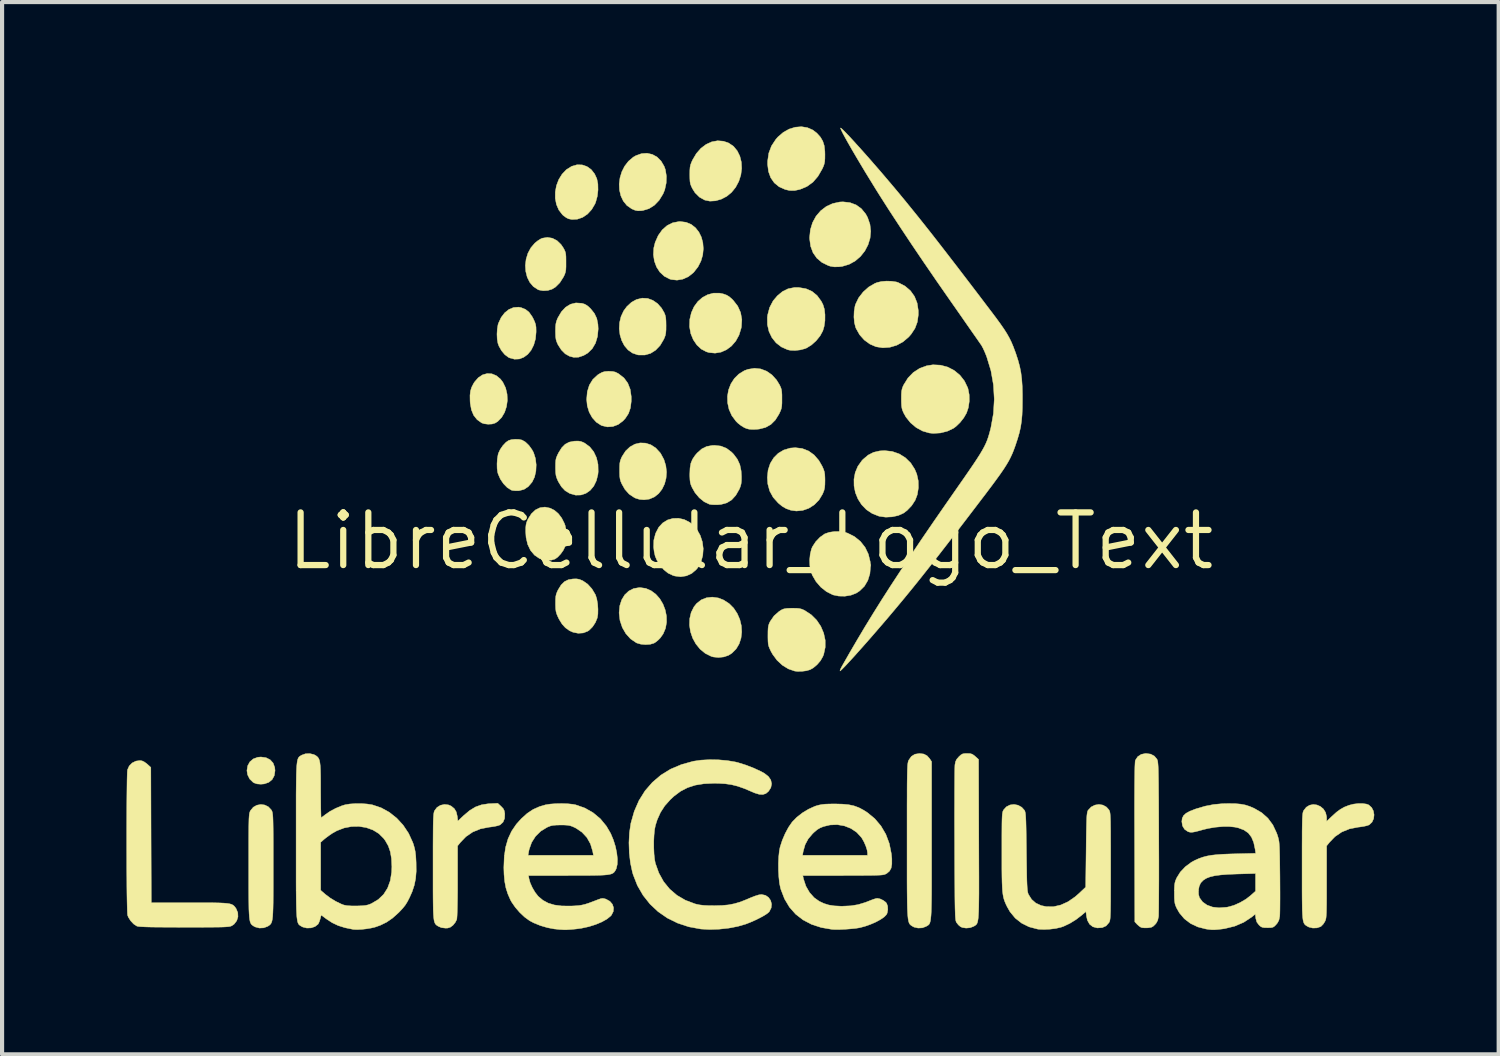
<source format=kicad_pcb>
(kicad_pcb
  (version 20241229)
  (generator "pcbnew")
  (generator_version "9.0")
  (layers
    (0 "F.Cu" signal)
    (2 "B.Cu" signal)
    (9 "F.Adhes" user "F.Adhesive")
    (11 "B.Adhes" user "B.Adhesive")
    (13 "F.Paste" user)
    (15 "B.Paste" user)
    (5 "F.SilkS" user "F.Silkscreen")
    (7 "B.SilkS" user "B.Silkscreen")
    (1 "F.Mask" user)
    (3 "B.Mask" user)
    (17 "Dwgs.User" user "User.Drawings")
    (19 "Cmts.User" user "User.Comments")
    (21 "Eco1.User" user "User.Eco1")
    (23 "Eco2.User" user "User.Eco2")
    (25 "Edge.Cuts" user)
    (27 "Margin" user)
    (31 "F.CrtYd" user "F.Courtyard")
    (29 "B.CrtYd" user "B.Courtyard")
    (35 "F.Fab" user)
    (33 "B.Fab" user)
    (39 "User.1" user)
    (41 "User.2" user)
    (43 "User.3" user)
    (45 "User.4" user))
  (footprint "LibreCellular_Logo_Text"
    (layer "F.Cu")
    (at 15.054 9.996)
    (property "Reference" "LibreCellular_Logo_Text" (at 0 0 0) (layer "F.SilkS") (effects (font (size 1.27 1.27) (thickness 0.15))))
    (attr through_hole)
    (fp_poly (pts (xy -11.689 5.224) (xy -11.59 5.274) (xy -11.519 5.352) (xy -11.48 5.457) (xy -11.472 5.535) (xy -11.49 5.655) (xy -11.541 5.75) (xy -11.623 5.818) (xy -11.732 5.856) (xy -11.813 5.863) (xy -11.906 5.856) (xy -11.976 5.832) (xy -12.004 5.815) (xy -12.083 5.738) (xy -12.134 5.636) (xy -12.15 5.535) (xy -12.131 5.418) (xy -12.078 5.322) (xy -11.996 5.253) (xy -11.889 5.214) (xy -11.813 5.207) (xy -11.689 5.224)) (stroke (width 0.01) (type solid)) (fill yes) (layer "F.SilkS"))
    (fp_poly (pts (xy -6.243 -4.032) (xy -6.134 -3.987) (xy -6.036 -3.905) (xy -5.978 -3.828) (xy -5.912 -3.692) (xy -5.877 -3.543) (xy -5.87 -3.391) (xy -5.891 -3.241) (xy -5.937 -3.102) (xy -6.008 -2.981) (xy -6.101 -2.885) (xy -6.164 -2.845) (xy -6.239 -2.822) (xy -6.334 -2.817) (xy -6.427 -2.828) (xy -6.488 -2.848) (xy -6.599 -2.927) (xy -6.682 -3.031) (xy -6.737 -3.164) (xy -6.766 -3.328) (xy -6.769 -3.379) (xy -6.771 -3.512) (xy -6.759 -3.618) (xy -6.731 -3.709) (xy -6.684 -3.8) (xy -6.663 -3.833) (xy -6.571 -3.939) (xy -6.467 -4.008) (xy -6.355 -4.039) (xy -6.243 -4.032)) (stroke (width 0.01) (type solid)) (fill yes) (layer "F.SilkS"))
    (fp_poly (pts (xy -4.066 -9.07) (xy -3.951 -9.031) (xy -3.848 -8.957) (xy -3.765 -8.851) (xy -3.712 -8.735) (xy -3.687 -8.61) (xy -3.684 -8.465) (xy -3.701 -8.315) (xy -3.739 -8.176) (xy -3.756 -8.132) (xy -3.837 -7.994) (xy -3.938 -7.884) (xy -4.055 -7.805) (xy -4.182 -7.761) (xy -4.313 -7.754) (xy -4.394 -7.77) (xy -4.447 -7.796) (xy -4.51 -7.841) (xy -4.54 -7.867) (xy -4.629 -7.982) (xy -4.687 -8.117) (xy -4.715 -8.265) (xy -4.714 -8.418) (xy -4.686 -8.571) (xy -4.631 -8.716) (xy -4.551 -8.846) (xy -4.448 -8.955) (xy -4.322 -9.034) (xy -4.318 -9.036) (xy -4.191 -9.073) (xy -4.066 -9.07)) (stroke (width 0.01) (type solid)) (fill yes) (layer "F.SilkS"))
    (fp_poly (pts (xy -1.56 -7.686) (xy -1.437 -7.635) (xy -1.334 -7.554) (xy -1.252 -7.45) (xy -1.192 -7.328) (xy -1.156 -7.192) (xy -1.145 -7.047) (xy -1.159 -6.899) (xy -1.202 -6.752) (xy -1.273 -6.612) (xy -1.374 -6.483) (xy -1.386 -6.47) (xy -1.506 -6.375) (xy -1.64 -6.315) (xy -1.779 -6.291) (xy -1.916 -6.306) (xy -1.957 -6.318) (xy -2.086 -6.385) (xy -2.192 -6.484) (xy -2.272 -6.607) (xy -2.325 -6.75) (xy -2.348 -6.905) (xy -2.339 -7.068) (xy -2.306 -7.201) (xy -2.232 -7.368) (xy -2.135 -7.504) (xy -2.018 -7.607) (xy -1.884 -7.674) (xy -1.735 -7.703) (xy -1.701 -7.704) (xy -1.56 -7.686)) (stroke (width 0.01) (type solid)) (fill yes) (layer "F.SilkS"))
    (fp_poly (pts (xy -0.782 1.373) (xy -0.66 1.42) (xy -0.524 1.507) (xy -0.412 1.619) (xy -0.326 1.75) (xy -0.264 1.893) (xy -0.228 2.043) (xy -0.219 2.195) (xy -0.236 2.342) (xy -0.281 2.48) (xy -0.354 2.602) (xy -0.455 2.703) (xy -0.538 2.756) (xy -0.65 2.794) (xy -0.779 2.808) (xy -0.904 2.795) (xy -0.953 2.781) (xy -1.098 2.709) (xy -1.222 2.607) (xy -1.324 2.482) (xy -1.402 2.34) (xy -1.454 2.187) (xy -1.478 2.029) (xy -1.473 1.872) (xy -1.438 1.722) (xy -1.37 1.586) (xy -1.306 1.506) (xy -1.196 1.419) (xy -1.068 1.368) (xy -0.928 1.352) (xy -0.782 1.373)) (stroke (width 0.01) (type solid)) (fill yes) (layer "F.SilkS"))
    (fp_poly (pts (xy -2.373 -9.322) (xy -2.259 -9.259) (xy -2.163 -9.162) (xy -2.089 -9.036) (xy -2.06 -8.956) (xy -2.035 -8.8) (xy -2.04 -8.633) (xy -2.075 -8.47) (xy -2.115 -8.372) (xy -2.21 -8.217) (xy -2.324 -8.098) (xy -2.455 -8.015) (xy -2.6 -7.971) (xy -2.644 -7.965) (xy -2.724 -7.963) (xy -2.79 -7.976) (xy -2.864 -8.007) (xy -2.875 -8.013) (xy -2.988 -8.092) (xy -3.074 -8.198) (xy -3.133 -8.323) (xy -3.166 -8.462) (xy -3.173 -8.609) (xy -3.154 -8.759) (xy -3.11 -8.904) (xy -3.042 -9.039) (xy -2.95 -9.158) (xy -2.835 -9.256) (xy -2.771 -9.293) (xy -2.634 -9.342) (xy -2.5 -9.351) (xy -2.373 -9.322)) (stroke (width 0.01) (type solid)) (fill yes) (layer "F.SilkS"))
    (fp_poly (pts (xy -1.605 -0.518) (xy -1.475 -0.452) (xy -1.413 -0.404) (xy -1.302 -0.281) (xy -1.22 -0.137) (xy -1.168 0.02) (xy -1.147 0.184) (xy -1.158 0.346) (xy -1.2 0.5) (xy -1.276 0.639) (xy -1.313 0.685) (xy -1.423 0.78) (xy -1.551 0.839) (xy -1.69 0.861) (xy -1.833 0.843) (xy -1.876 0.83) (xy -1.995 0.774) (xy -2.097 0.692) (xy -2.192 0.577) (xy -2.206 0.558) (xy -2.266 0.459) (xy -2.306 0.364) (xy -2.33 0.257) (xy -2.343 0.147) (xy -2.338 -0.023) (xy -2.295 -0.187) (xy -2.22 -0.332) (xy -2.124 -0.436) (xy -2.008 -0.508) (xy -1.879 -0.545) (xy -1.742 -0.549) (xy -1.605 -0.518)) (stroke (width 0.01) (type solid)) (fill yes) (layer "F.SilkS"))
    (fp_poly (pts (xy -3.332 -4.089) (xy -3.266 -4.074) (xy -3.2 -4.041) (xy -3.183 -4.03) (xy -3.057 -3.931) (xy -2.966 -3.807) (xy -2.908 -3.658) (xy -2.883 -3.484) (xy -2.883 -3.368) (xy -2.903 -3.208) (xy -2.949 -3.075) (xy -3.024 -2.96) (xy -3.083 -2.896) (xy -3.198 -2.81) (xy -3.325 -2.762) (xy -3.457 -2.752) (xy -3.587 -2.782) (xy -3.609 -2.791) (xy -3.726 -2.867) (xy -3.823 -2.975) (xy -3.897 -3.108) (xy -3.943 -3.26) (xy -3.958 -3.415) (xy -3.942 -3.602) (xy -3.892 -3.762) (xy -3.809 -3.897) (xy -3.693 -4.005) (xy -3.654 -4.03) (xy -3.585 -4.068) (xy -3.521 -4.087) (xy -3.441 -4.093) (xy -3.418 -4.093) (xy -3.332 -4.089)) (stroke (width 0.01) (type solid)) (fill yes) (layer "F.SilkS"))
    (fp_poly (pts (xy -2.532 1.142) (xy -2.404 1.198) (xy -2.29 1.283) (xy -2.194 1.392) (xy -2.118 1.52) (xy -2.064 1.661) (xy -2.034 1.808) (xy -2.031 1.957) (xy -2.056 2.103) (xy -2.113 2.238) (xy -2.183 2.337) (xy -2.242 2.396) (xy -2.305 2.445) (xy -2.336 2.463) (xy -2.427 2.49) (xy -2.538 2.497) (xy -2.651 2.487) (xy -2.748 2.459) (xy -2.762 2.452) (xy -2.899 2.359) (xy -3.012 2.234) (xy -3.098 2.085) (xy -3.154 1.917) (xy -3.175 1.738) (xy -3.175 1.724) (xy -3.159 1.56) (xy -3.113 1.417) (xy -3.04 1.297) (xy -2.943 1.206) (xy -2.826 1.146) (xy -2.692 1.123) (xy -2.673 1.122) (xy -2.532 1.142)) (stroke (width 0.01) (type solid)) (fill yes) (layer "F.SilkS"))
    (fp_poly (pts (xy -0.664 -5.959) (xy -0.588 -5.932) (xy -0.524 -5.895) (xy -0.457 -5.838) (xy -0.422 -5.802) (xy -0.315 -5.664) (xy -0.246 -5.51) (xy -0.216 -5.341) (xy -0.227 -5.163) (xy -0.233 -5.132) (xy -0.284 -4.966) (xy -0.363 -4.822) (xy -0.465 -4.704) (xy -0.585 -4.614) (xy -0.718 -4.555) (xy -0.861 -4.531) (xy -1.007 -4.545) (xy -1.071 -4.564) (xy -1.195 -4.629) (xy -1.301 -4.728) (xy -1.387 -4.855) (xy -1.447 -5.001) (xy -1.476 -5.161) (xy -1.477 -5.172) (xy -1.471 -5.347) (xy -1.433 -5.507) (xy -1.368 -5.651) (xy -1.278 -5.774) (xy -1.168 -5.871) (xy -1.041 -5.94) (xy -0.903 -5.977) (xy -0.755 -5.978) (xy -0.664 -5.959)) (stroke (width 0.01) (type solid)) (fill yes) (layer "F.SilkS"))
    (fp_poly (pts (xy 2.392 -8.16) (xy 2.54 -8.105) (xy 2.666 -8.014) (xy 2.77 -7.887) (xy 2.816 -7.803) (xy 2.873 -7.638) (xy 2.892 -7.47) (xy 2.876 -7.303) (xy 2.827 -7.143) (xy 2.749 -6.994) (xy 2.645 -6.863) (xy 2.517 -6.753) (xy 2.37 -6.672) (xy 2.206 -6.623) (xy 2.124 -6.613) (xy 2.013 -6.611) (xy 1.92 -6.626) (xy 1.87 -6.642) (xy 1.716 -6.717) (xy 1.593 -6.821) (xy 1.501 -6.952) (xy 1.443 -7.108) (xy 1.419 -7.286) (xy 1.418 -7.32) (xy 1.437 -7.508) (xy 1.49 -7.68) (xy 1.574 -7.834) (xy 1.685 -7.964) (xy 1.82 -8.067) (xy 1.974 -8.138) (xy 2.144 -8.175) (xy 2.223 -8.179) (xy 2.392 -8.16)) (stroke (width 0.01) (type solid)) (fill yes) (layer "F.SilkS"))
    (fp_poly (pts (xy -5.539 -5.629) (xy -5.434 -5.587) (xy -5.348 -5.518) (xy -5.275 -5.416) (xy -5.245 -5.361) (xy -5.21 -5.284) (xy -5.189 -5.222) (xy -5.179 -5.158) (xy -5.177 -5.073) (xy -5.177 -5.038) (xy -5.192 -4.874) (xy -5.234 -4.727) (xy -5.297 -4.602) (xy -5.379 -4.502) (xy -5.476 -4.431) (xy -5.583 -4.39) (xy -5.698 -4.385) (xy -5.817 -4.417) (xy -5.844 -4.43) (xy -5.931 -4.495) (xy -6.01 -4.589) (xy -6.072 -4.698) (xy -6.098 -4.769) (xy -6.115 -4.87) (xy -6.12 -4.989) (xy -6.113 -5.11) (xy -6.096 -5.215) (xy -6.086 -5.249) (xy -6.02 -5.391) (xy -5.934 -5.504) (xy -5.832 -5.585) (xy -5.72 -5.631) (xy -5.6 -5.64) (xy -5.539 -5.629)) (stroke (width 0.01) (type solid)) (fill yes) (layer "F.SilkS"))
    (fp_poly (pts (xy -4.838 -0.793) (xy -4.736 -0.742) (xy -4.643 -0.663) (xy -4.56 -0.554) (xy -4.496 -0.428) (xy -4.476 -0.373) (xy -4.455 -0.262) (xy -4.446 -0.134) (xy -4.452 -0.005) (xy -4.47 0.105) (xy -4.478 0.131) (xy -4.521 0.222) (xy -4.586 0.313) (xy -4.659 0.39) (xy -4.721 0.434) (xy -4.806 0.46) (xy -4.911 0.464) (xy -5.017 0.449) (xy -5.096 0.421) (xy -5.217 0.338) (xy -5.312 0.224) (xy -5.38 0.081) (xy -5.419 -0.087) (xy -5.428 -0.222) (xy -5.427 -0.321) (xy -5.42 -0.392) (xy -5.406 -0.451) (xy -5.38 -0.513) (xy -5.37 -0.533) (xy -5.289 -0.66) (xy -5.192 -0.751) (xy -5.082 -0.804) (xy -4.963 -0.819) (xy -4.838 -0.793)) (stroke (width 0.01) (type solid)) (fill yes) (layer "F.SilkS"))
    (fp_poly (pts (xy 1.331 -6.084) (xy 1.476 -6.02) (xy 1.598 -5.92) (xy 1.698 -5.784) (xy 1.74 -5.703) (xy 1.774 -5.592) (xy 1.789 -5.458) (xy 1.788 -5.314) (xy 1.768 -5.175) (xy 1.737 -5.069) (xy 1.671 -4.947) (xy 1.576 -4.83) (xy 1.464 -4.729) (xy 1.345 -4.655) (xy 1.306 -4.639) (xy 1.192 -4.609) (xy 1.067 -4.595) (xy 0.95 -4.6) (xy 0.889 -4.613) (xy 0.738 -4.68) (xy 0.61 -4.779) (xy 0.51 -4.904) (xy 0.439 -5.052) (xy 0.401 -5.216) (xy 0.399 -5.392) (xy 0.406 -5.45) (xy 0.454 -5.631) (xy 0.538 -5.792) (xy 0.64 -5.913) (xy 0.765 -6.017) (xy 0.897 -6.082) (xy 1.045 -6.112) (xy 1.165 -6.112) (xy 1.331 -6.084)) (stroke (width 0.01) (type solid)) (fill yes) (layer "F.SilkS"))
    (fp_poly (pts (xy 3.41 -2.16) (xy 3.578 -2.102) (xy 3.727 -2.009) (xy 3.854 -1.885) (xy 3.953 -1.732) (xy 4.003 -1.612) (xy 4.038 -1.451) (xy 4.041 -1.282) (xy 4.015 -1.119) (xy 3.964 -0.984) (xy 3.878 -0.852) (xy 3.768 -0.737) (xy 3.681 -0.672) (xy 3.556 -0.616) (xy 3.409 -0.584) (xy 3.254 -0.576) (xy 3.106 -0.596) (xy 3.089 -0.6) (xy 2.927 -0.664) (xy 2.787 -0.758) (xy 2.672 -0.877) (xy 2.584 -1.015) (xy 2.522 -1.167) (xy 2.49 -1.328) (xy 2.488 -1.491) (xy 2.518 -1.651) (xy 2.582 -1.803) (xy 2.681 -1.942) (xy 2.708 -1.97) (xy 2.83 -2.073) (xy 2.96 -2.139) (xy 3.107 -2.173) (xy 3.228 -2.18) (xy 3.41 -2.16)) (stroke (width 0.01) (type solid)) (fill yes) (layer "F.SilkS"))
    (fp_poly (pts (xy -0.659 -9.641) (xy -0.533 -9.597) (xy -0.416 -9.517) (xy -0.327 -9.409) (xy -0.264 -9.281) (xy -0.228 -9.137) (xy -0.22 -8.984) (xy -0.24 -8.827) (xy -0.289 -8.674) (xy -0.366 -8.529) (xy -0.463 -8.409) (xy -0.579 -8.313) (xy -0.711 -8.244) (xy -0.85 -8.204) (xy -0.986 -8.196) (xy -1.109 -8.221) (xy -1.236 -8.291) (xy -1.343 -8.396) (xy -1.408 -8.499) (xy -1.437 -8.56) (xy -1.456 -8.613) (xy -1.466 -8.67) (xy -1.47 -8.746) (xy -1.471 -8.836) (xy -1.47 -8.938) (xy -1.465 -9.011) (xy -1.453 -9.071) (xy -1.431 -9.13) (xy -1.404 -9.19) (xy -1.313 -9.344) (xy -1.203 -9.47) (xy -1.078 -9.564) (xy -0.942 -9.626) (xy -0.801 -9.652) (xy -0.659 -9.641)) (stroke (width 0.01) (type solid)) (fill yes) (layer "F.SilkS"))
    (fp_poly (pts (xy -5.59 -2.451) (xy -5.516 -2.435) (xy -5.433 -2.386) (xy -5.35 -2.306) (xy -5.277 -2.205) (xy -5.238 -2.133) (xy -5.193 -1.992) (xy -5.175 -1.839) (xy -5.182 -1.685) (xy -5.215 -1.542) (xy -5.273 -1.422) (xy -5.276 -1.418) (xy -5.367 -1.312) (xy -5.469 -1.245) (xy -5.585 -1.215) (xy -5.604 -1.213) (xy -5.68 -1.213) (xy -5.746 -1.22) (xy -5.774 -1.228) (xy -5.871 -1.288) (xy -5.962 -1.381) (xy -6.039 -1.494) (xy -6.093 -1.618) (xy -6.105 -1.661) (xy -6.117 -1.751) (xy -6.119 -1.863) (xy -6.112 -1.979) (xy -6.095 -2.08) (xy -6.086 -2.116) (xy -6.042 -2.209) (xy -5.978 -2.302) (xy -5.904 -2.38) (xy -5.841 -2.424) (xy -5.772 -2.445) (xy -5.682 -2.454) (xy -5.59 -2.451)) (stroke (width 0.01) (type solid)) (fill yes) (layer "F.SilkS"))
    (fp_poly (pts (xy -2.538 -2.361) (xy -2.411 -2.321) (xy -2.292 -2.244) (xy -2.187 -2.13) (xy -2.172 -2.109) (xy -2.095 -1.966) (xy -2.049 -1.816) (xy -2.032 -1.664) (xy -2.043 -1.516) (xy -2.079 -1.377) (xy -2.14 -1.251) (xy -2.222 -1.145) (xy -2.324 -1.064) (xy -2.445 -1.012) (xy -2.573 -0.995) (xy -2.682 -1.004) (xy -2.779 -1.034) (xy -2.81 -1.049) (xy -2.933 -1.131) (xy -3.034 -1.244) (xy -3.109 -1.375) (xy -3.136 -1.437) (xy -3.152 -1.494) (xy -3.161 -1.561) (xy -3.164 -1.651) (xy -3.164 -1.704) (xy -3.163 -1.807) (xy -3.158 -1.88) (xy -3.146 -1.938) (xy -3.125 -1.994) (xy -3.105 -2.037) (xy -3.019 -2.171) (xy -2.914 -2.27) (xy -2.795 -2.336) (xy -2.668 -2.366) (xy -2.538 -2.361)) (stroke (width 0.01) (type solid)) (fill yes) (layer "F.SilkS"))
    (fp_poly (pts (xy -2.487 -5.85) (xy -2.362 -5.804) (xy -2.248 -5.725) (xy -2.151 -5.615) (xy -2.088 -5.506) (xy -2.065 -5.448) (xy -2.051 -5.386) (xy -2.045 -5.306) (xy -2.043 -5.197) (xy -2.043 -5.196) (xy -2.044 -5.092) (xy -2.05 -5.016) (xy -2.062 -4.956) (xy -2.084 -4.898) (xy -2.098 -4.866) (xy -2.186 -4.717) (xy -2.294 -4.603) (xy -2.417 -4.525) (xy -2.553 -4.486) (xy -2.701 -4.486) (xy -2.729 -4.49) (xy -2.854 -4.533) (xy -2.961 -4.609) (xy -3.048 -4.711) (xy -3.112 -4.834) (xy -3.154 -4.971) (xy -3.172 -5.118) (xy -3.164 -5.267) (xy -3.129 -5.413) (xy -3.066 -5.549) (xy -2.989 -5.654) (xy -2.876 -5.758) (xy -2.756 -5.824) (xy -2.623 -5.856) (xy -2.616 -5.857) (xy -2.487 -5.85)) (stroke (width 0.01) (type solid)) (fill yes) (layer "F.SilkS"))
    (fp_poly (pts (xy 1.24 -2.231) (xy 1.392 -2.172) (xy 1.526 -2.076) (xy 1.641 -1.943) (xy 1.722 -1.802) (xy 1.754 -1.73) (xy 1.774 -1.669) (xy 1.784 -1.606) (xy 1.788 -1.523) (xy 1.789 -1.46) (xy 1.787 -1.358) (xy 1.78 -1.284) (xy 1.766 -1.222) (xy 1.741 -1.158) (xy 1.729 -1.13) (xy 1.643 -0.989) (xy 1.53 -0.874) (xy 1.398 -0.79) (xy 1.252 -0.739) (xy 1.099 -0.724) (xy 0.968 -0.742) (xy 0.857 -0.78) (xy 0.756 -0.839) (xy 0.661 -0.917) (xy 0.539 -1.054) (xy 0.456 -1.206) (xy 0.41 -1.376) (xy 0.399 -1.532) (xy 0.417 -1.711) (xy 0.469 -1.87) (xy 0.552 -2.006) (xy 0.662 -2.116) (xy 0.795 -2.195) (xy 0.949 -2.241) (xy 1.073 -2.251) (xy 1.24 -2.231)) (stroke (width 0.01) (type solid)) (fill yes) (layer "F.SilkS"))
    (fp_poly (pts (xy 1.365 -9.968) (xy 1.497 -9.91) (xy 1.593 -9.836) (xy 1.679 -9.74) (xy 1.736 -9.642) (xy 1.771 -9.532) (xy 1.786 -9.397) (xy 1.788 -9.324) (xy 1.787 -9.223) (xy 1.782 -9.149) (xy 1.77 -9.09) (xy 1.749 -9.031) (xy 1.721 -8.97) (xy 1.619 -8.794) (xy 1.498 -8.654) (xy 1.356 -8.551) (xy 1.19 -8.481) (xy 1.187 -8.48) (xy 1.054 -8.451) (xy 0.933 -8.453) (xy 0.829 -8.477) (xy 0.683 -8.542) (xy 0.567 -8.637) (xy 0.481 -8.76) (xy 0.427 -8.909) (xy 0.405 -9.083) (xy 0.406 -9.162) (xy 0.434 -9.354) (xy 0.499 -9.527) (xy 0.603 -9.685) (xy 0.655 -9.744) (xy 0.784 -9.855) (xy 0.925 -9.934) (xy 1.073 -9.979) (xy 1.222 -9.991) (xy 1.365 -9.968)) (stroke (width 0.01) (type solid)) (fill yes) (layer "F.SilkS"))
    (fp_poly (pts (xy 2.155 -0.228) (xy 2.282 -0.207) (xy 2.334 -0.191) (xy 2.502 -0.106) (xy 2.644 0.01) (xy 2.756 0.152) (xy 2.835 0.316) (xy 2.879 0.497) (xy 2.887 0.603) (xy 2.872 0.787) (xy 2.822 0.949) (xy 2.74 1.089) (xy 2.625 1.202) (xy 2.539 1.258) (xy 2.414 1.306) (xy 2.269 1.33) (xy 2.121 1.327) (xy 1.985 1.299) (xy 1.977 1.296) (xy 1.827 1.221) (xy 1.69 1.113) (xy 1.574 0.979) (xy 1.485 0.827) (xy 1.447 0.724) (xy 1.424 0.597) (xy 1.419 0.456) (xy 1.433 0.316) (xy 1.463 0.192) (xy 1.486 0.138) (xy 1.566 0.015) (xy 1.669 -0.092) (xy 1.782 -0.172) (xy 1.789 -0.175) (xy 1.893 -0.211) (xy 2.02 -0.229) (xy 2.155 -0.228)) (stroke (width 0.01) (type solid)) (fill yes) (layer "F.SilkS"))
    (fp_poly (pts (xy 3.399 -6.264) (xy 3.511 -6.247) (xy 3.556 -6.232) (xy 3.718 -6.148) (xy 3.849 -6.036) (xy 3.947 -5.899) (xy 4.011 -5.739) (xy 4.039 -5.558) (xy 4.039 -5.452) (xy 4.015 -5.28) (xy 3.959 -5.129) (xy 3.867 -4.989) (xy 3.808 -4.921) (xy 3.672 -4.805) (xy 3.518 -4.721) (xy 3.352 -4.672) (xy 3.183 -4.66) (xy 3.021 -4.685) (xy 2.872 -4.749) (xy 2.737 -4.847) (xy 2.624 -4.974) (xy 2.54 -5.123) (xy 2.527 -5.154) (xy 2.499 -5.266) (xy 2.487 -5.4) (xy 2.492 -5.539) (xy 2.513 -5.666) (xy 2.525 -5.708) (xy 2.6 -5.864) (xy 2.709 -6.005) (xy 2.843 -6.125) (xy 2.994 -6.213) (xy 3.048 -6.234) (xy 3.151 -6.258) (xy 3.274 -6.268) (xy 3.399 -6.264)) (stroke (width 0.01) (type solid)) (fill yes) (layer "F.SilkS"))
    (fp_poly (pts (xy -4.785 -7.302) (xy -4.674 -7.245) (xy -4.577 -7.152) (xy -4.521 -7.07) (xy -4.492 -7.016) (xy -4.473 -6.97) (xy -4.462 -6.92) (xy -4.457 -6.855) (xy -4.456 -6.764) (xy -4.456 -6.72) (xy -4.456 -6.614) (xy -4.46 -6.539) (xy -4.47 -6.482) (xy -4.486 -6.433) (xy -4.511 -6.379) (xy -4.515 -6.371) (xy -4.605 -6.229) (xy -4.709 -6.125) (xy -4.794 -6.073) (xy -4.896 -6.042) (xy -5.008 -6.036) (xy -5.109 -6.054) (xy -5.133 -6.064) (xy -5.244 -6.137) (xy -5.33 -6.239) (xy -5.391 -6.362) (xy -5.426 -6.501) (xy -5.436 -6.647) (xy -5.418 -6.796) (xy -5.374 -6.94) (xy -5.303 -7.072) (xy -5.208 -7.183) (xy -5.142 -7.237) (xy -5.072 -7.282) (xy -5.029 -7.302) (xy -4.905 -7.322) (xy -4.785 -7.302)) (stroke (width 0.01) (type solid)) (fill yes) (layer "F.SilkS"))
    (fp_poly (pts (xy -4.079 -5.733) (xy -4.075 -5.733) (xy -4.009 -5.713) (xy -3.952 -5.682) (xy -3.89 -5.629) (xy -3.859 -5.598) (xy -3.771 -5.488) (xy -3.714 -5.367) (xy -3.686 -5.226) (xy -3.68 -5.114) (xy -3.697 -4.932) (xy -3.745 -4.772) (xy -3.824 -4.638) (xy -3.932 -4.533) (xy -4.032 -4.474) (xy -4.154 -4.433) (xy -4.27 -4.43) (xy -4.368 -4.455) (xy -4.473 -4.513) (xy -4.568 -4.608) (xy -4.648 -4.732) (xy -4.652 -4.741) (xy -4.68 -4.803) (xy -4.697 -4.861) (xy -4.706 -4.926) (xy -4.709 -5.015) (xy -4.71 -5.059) (xy -4.708 -5.161) (xy -4.701 -5.235) (xy -4.687 -5.296) (xy -4.663 -5.36) (xy -4.65 -5.387) (xy -4.565 -5.531) (xy -4.464 -5.639) (xy -4.347 -5.71) (xy -4.218 -5.742) (xy -4.079 -5.733)) (stroke (width 0.01) (type solid)) (fill yes) (layer "F.SilkS"))
    (fp_poly (pts (xy -4.1 -2.402) (xy -4.038 -2.378) (xy -4.002 -2.359) (xy -3.883 -2.271) (xy -3.788 -2.152) (xy -3.721 -2.009) (xy -3.684 -1.848) (xy -3.68 -1.673) (xy -3.686 -1.608) (xy -3.724 -1.454) (xy -3.788 -1.323) (xy -3.874 -1.221) (xy -3.978 -1.149) (xy -4.096 -1.11) (xy -4.224 -1.107) (xy -4.356 -1.144) (xy -4.372 -1.151) (xy -4.478 -1.216) (xy -4.565 -1.308) (xy -4.641 -1.432) (xy -4.654 -1.46) (xy -4.681 -1.524) (xy -4.698 -1.585) (xy -4.706 -1.656) (xy -4.709 -1.752) (xy -4.709 -1.78) (xy -4.708 -1.878) (xy -4.703 -1.948) (xy -4.691 -2.004) (xy -4.668 -2.061) (xy -4.636 -2.127) (xy -4.56 -2.249) (xy -4.477 -2.333) (xy -4.379 -2.385) (xy -4.259 -2.408) (xy -4.245 -2.409) (xy -4.162 -2.411) (xy -4.1 -2.402)) (stroke (width 0.01) (type solid)) (fill yes) (layer "F.SilkS"))
    (fp_poly (pts (xy -4.136 0.923) (xy -4.068 0.951) (xy -4.048 0.96) (xy -3.933 1.04) (xy -3.831 1.153) (xy -3.749 1.29) (xy -3.743 1.303) (xy -3.714 1.396) (xy -3.694 1.514) (xy -3.685 1.641) (xy -3.687 1.761) (xy -3.702 1.854) (xy -3.747 1.964) (xy -3.815 2.068) (xy -3.897 2.15) (xy -3.93 2.173) (xy -4.039 2.216) (xy -4.162 2.224) (xy -4.287 2.199) (xy -4.372 2.161) (xy -4.47 2.091) (xy -4.551 2.002) (xy -4.624 1.883) (xy -4.652 1.825) (xy -4.68 1.759) (xy -4.697 1.698) (xy -4.706 1.628) (xy -4.709 1.533) (xy -4.709 1.503) (xy -4.708 1.404) (xy -4.702 1.332) (xy -4.689 1.275) (xy -4.666 1.217) (xy -4.646 1.176) (xy -4.574 1.059) (xy -4.493 0.979) (xy -4.397 0.932) (xy -4.289 0.914) (xy -4.203 0.912) (xy -4.136 0.923)) (stroke (width 0.01) (type solid)) (fill yes) (layer "F.SilkS"))
    (fp_poly (pts (xy -0.721 -2.29) (xy -0.586 -2.236) (xy -0.463 -2.143) (xy -0.414 -2.093) (xy -0.324 -1.972) (xy -0.264 -1.841) (xy -0.233 -1.691) (xy -0.225 -1.556) (xy -0.226 -1.454) (xy -0.234 -1.379) (xy -0.25 -1.317) (xy -0.277 -1.25) (xy -0.278 -1.249) (xy -0.362 -1.102) (xy -0.461 -0.993) (xy -0.578 -0.921) (xy -0.716 -0.883) (xy -0.791 -0.876) (xy -0.875 -0.875) (xy -0.951 -0.879) (xy -1 -0.888) (xy -1.125 -0.948) (xy -1.242 -1.043) (xy -1.345 -1.166) (xy -1.415 -1.289) (xy -1.442 -1.351) (xy -1.459 -1.409) (xy -1.467 -1.475) (xy -1.471 -1.564) (xy -1.471 -1.619) (xy -1.465 -1.762) (xy -1.445 -1.876) (xy -1.405 -1.973) (xy -1.342 -2.066) (xy -1.292 -2.124) (xy -1.183 -2.221) (xy -1.065 -2.28) (xy -0.929 -2.305) (xy -0.872 -2.307) (xy -0.721 -2.29)) (stroke (width 0.01) (type solid)) (fill yes) (layer "F.SilkS"))
    (fp_poly (pts (xy 0.239 -4.15) (xy 0.381 -4.096) (xy 0.51 -4.006) (xy 0.621 -3.883) (xy 0.692 -3.768) (xy 0.719 -3.711) (xy 0.737 -3.66) (xy 0.746 -3.602) (xy 0.751 -3.527) (xy 0.751 -3.429) (xy 0.751 -3.326) (xy 0.746 -3.252) (xy 0.736 -3.194) (xy 0.717 -3.14) (xy 0.687 -3.075) (xy 0.682 -3.064) (xy 0.592 -2.919) (xy 0.484 -2.811) (xy 0.355 -2.739) (xy 0.201 -2.7) (xy 0.116 -2.693) (xy 0.022 -2.692) (xy -0.047 -2.698) (xy -0.106 -2.714) (xy -0.159 -2.737) (xy -0.233 -2.782) (xy -0.312 -2.844) (xy -0.356 -2.888) (xy -0.458 -3.025) (xy -0.525 -3.175) (xy -0.559 -3.332) (xy -0.563 -3.491) (xy -0.536 -3.646) (xy -0.48 -3.79) (xy -0.397 -3.919) (xy -0.288 -4.027) (xy -0.155 -4.109) (xy -0.066 -4.141) (xy 0.088 -4.166) (xy 0.239 -4.15)) (stroke (width 0.01) (type solid)) (fill yes) (layer "F.SilkS"))
    (fp_poly (pts (xy 4.575 -4.241) (xy 4.748 -4.195) (xy 4.905 -4.113) (xy 5.041 -4.001) (xy 5.151 -3.861) (xy 5.23 -3.697) (xy 5.238 -3.672) (xy 5.266 -3.528) (xy 5.268 -3.37) (xy 5.245 -3.214) (xy 5.202 -3.087) (xy 5.135 -2.971) (xy 5.046 -2.858) (xy 4.946 -2.762) (xy 4.888 -2.719) (xy 4.739 -2.648) (xy 4.571 -2.606) (xy 4.397 -2.596) (xy 4.302 -2.606) (xy 4.141 -2.653) (xy 3.988 -2.737) (xy 3.853 -2.85) (xy 3.742 -2.988) (xy 3.687 -3.086) (xy 3.66 -3.147) (xy 3.644 -3.202) (xy 3.635 -3.265) (xy 3.631 -3.348) (xy 3.63 -3.429) (xy 3.631 -3.534) (xy 3.636 -3.609) (xy 3.647 -3.666) (xy 3.665 -3.72) (xy 3.689 -3.77) (xy 3.79 -3.932) (xy 3.918 -4.064) (xy 4.07 -4.163) (xy 4.24 -4.226) (xy 4.392 -4.25) (xy 4.575 -4.241)) (stroke (width 0.01) (type solid)) (fill yes) (layer "F.SilkS"))
    (fp_poly (pts (xy 1.104 1.621) (xy 1.174 1.628) (xy 1.231 1.643) (xy 1.288 1.668) (xy 1.306 1.678) (xy 1.46 1.78) (xy 1.589 1.909) (xy 1.688 2.057) (xy 1.757 2.22) (xy 1.794 2.391) (xy 1.794 2.564) (xy 1.758 2.733) (xy 1.736 2.788) (xy 1.679 2.887) (xy 1.597 2.982) (xy 1.504 3.06) (xy 1.429 3.102) (xy 1.339 3.128) (xy 1.229 3.142) (xy 1.121 3.143) (xy 1.058 3.135) (xy 0.906 3.083) (xy 0.761 2.994) (xy 0.632 2.874) (xy 0.525 2.729) (xy 0.485 2.657) (xy 0.453 2.589) (xy 0.432 2.534) (xy 0.42 2.48) (xy 0.415 2.414) (xy 0.413 2.323) (xy 0.413 2.276) (xy 0.414 2.17) (xy 0.418 2.094) (xy 0.427 2.038) (xy 0.443 1.99) (xy 0.467 1.939) (xy 0.47 1.935) (xy 0.56 1.805) (xy 0.681 1.698) (xy 0.746 1.657) (xy 0.798 1.636) (xy 0.869 1.624) (xy 0.968 1.62) (xy 1.005 1.62) (xy 1.104 1.621)) (stroke (width 0.01) (type solid)) (fill yes) (layer "F.SilkS"))
    (fp_poly (pts (xy 9.643 5.138) (xy 9.731 5.185) (xy 9.792 5.257) (xy 9.799 5.271) (xy 9.805 5.287) (xy 9.811 5.309) (xy 9.815 5.34) (xy 9.819 5.383) (xy 9.823 5.44) (xy 9.826 5.513) (xy 9.828 5.607) (xy 9.83 5.723) (xy 9.832 5.864) (xy 9.833 6.032) (xy 9.835 6.232) (xy 9.836 6.465) (xy 9.837 6.734) (xy 9.838 7.042) (xy 9.838 7.133) (xy 9.839 7.409) (xy 9.84 7.675) (xy 9.84 7.927) (xy 9.84 8.162) (xy 9.839 8.378) (xy 9.838 8.57) (xy 9.837 8.734) (xy 9.836 8.869) (xy 9.834 8.971) (xy 9.833 9.035) (xy 9.831 9.056) (xy 9.813 9.143) (xy 9.778 9.21) (xy 9.749 9.245) (xy 9.701 9.291) (xy 9.655 9.315) (xy 9.59 9.325) (xy 9.566 9.327) (xy 9.492 9.328) (xy 9.432 9.322) (xy 9.409 9.315) (xy 9.365 9.287) (xy 9.317 9.244) (xy 9.313 9.24) (xy 9.26 9.183) (xy 9.255 7.264) (xy 9.254 6.906) (xy 9.253 6.59) (xy 9.253 6.312) (xy 9.254 6.071) (xy 9.255 5.866) (xy 9.257 5.695) (xy 9.259 5.556) (xy 9.261 5.448) (xy 9.265 5.368) (xy 9.268 5.315) (xy 9.273 5.288) (xy 9.273 5.286) (xy 9.33 5.199) (xy 9.414 5.144) (xy 9.52 5.122) (xy 9.529 5.122) (xy 9.643 5.138)) (stroke (width 0.01) (type solid)) (fill yes) (layer "F.SilkS"))
    (fp_poly (pts (xy 4.067 5.123) (xy 4.172 5.136) (xy 4.251 5.178) (xy 4.312 5.247) (xy 4.36 5.319) (xy 4.36 7.222) (xy 4.36 7.557) (xy 4.36 7.852) (xy 4.36 8.11) (xy 4.36 8.333) (xy 4.359 8.525) (xy 4.357 8.687) (xy 4.354 8.823) (xy 4.351 8.934) (xy 4.346 9.024) (xy 4.339 9.095) (xy 4.332 9.15) (xy 4.322 9.191) (xy 4.311 9.222) (xy 4.298 9.243) (xy 4.282 9.259) (xy 4.264 9.271) (xy 4.243 9.283) (xy 4.227 9.293) (xy 4.136 9.327) (xy 4.033 9.332) (xy 3.935 9.309) (xy 3.902 9.291) (xy 3.879 9.277) (xy 3.859 9.263) (xy 3.842 9.248) (xy 3.827 9.228) (xy 3.814 9.2) (xy 3.803 9.163) (xy 3.794 9.113) (xy 3.787 9.048) (xy 3.781 8.966) (xy 3.776 8.863) (xy 3.773 8.737) (xy 3.771 8.586) (xy 3.769 8.406) (xy 3.768 8.195) (xy 3.768 7.951) (xy 3.768 7.671) (xy 3.768 7.352) (xy 3.768 7.224) (xy 3.768 6.901) (xy 3.768 6.618) (xy 3.768 6.371) (xy 3.769 6.159) (xy 3.769 5.978) (xy 3.77 5.826) (xy 3.772 5.7) (xy 3.774 5.596) (xy 3.776 5.514) (xy 3.779 5.449) (xy 3.782 5.399) (xy 3.787 5.361) (xy 3.792 5.333) (xy 3.797 5.312) (xy 3.804 5.294) (xy 3.81 5.282) (xy 3.872 5.193) (xy 3.958 5.14) (xy 4.067 5.123) (xy 4.067 5.123)) (stroke (width 0.01) (type solid)) (fill yes) (layer "F.SilkS"))
    (fp_poly (pts (xy 5.289 5.125) (xy 5.34 5.14) (xy 5.387 5.172) (xy 5.414 5.195) (xy 5.493 5.267) (xy 5.498 7.195) (xy 5.499 7.533) (xy 5.5 7.83) (xy 5.501 8.09) (xy 5.501 8.316) (xy 5.501 8.51) (xy 5.499 8.674) (xy 5.497 8.812) (xy 5.494 8.925) (xy 5.489 9.017) (xy 5.484 9.089) (xy 5.476 9.145) (xy 5.467 9.188) (xy 5.456 9.219) (xy 5.443 9.241) (xy 5.427 9.257) (xy 5.41 9.27) (xy 5.39 9.282) (xy 5.37 9.293) (xy 5.288 9.324) (xy 5.192 9.333) (xy 5.101 9.319) (xy 5.056 9.299) (xy 5.006 9.256) (xy 4.962 9.2) (xy 4.961 9.199) (xy 4.954 9.186) (xy 4.948 9.169) (xy 4.942 9.147) (xy 4.938 9.115) (xy 4.934 9.072) (xy 4.93 9.015) (xy 4.928 8.94) (xy 4.925 8.846) (xy 4.923 8.729) (xy 4.921 8.587) (xy 4.92 8.417) (xy 4.919 8.216) (xy 4.917 7.982) (xy 4.916 7.711) (xy 4.915 7.402) (xy 4.915 7.324) (xy 4.914 7.048) (xy 4.913 6.782) (xy 4.913 6.529) (xy 4.914 6.294) (xy 4.914 6.078) (xy 4.915 5.886) (xy 4.916 5.721) (xy 4.917 5.586) (xy 4.919 5.484) (xy 4.921 5.419) (xy 4.922 5.398) (xy 4.937 5.319) (xy 4.965 5.261) (xy 5.016 5.203) (xy 5.016 5.202) (xy 5.067 5.156) (xy 5.11 5.132) (xy 5.165 5.123) (xy 5.215 5.122) (xy 5.289 5.125)) (stroke (width 0.01) (type solid)) (fill yes) (layer "F.SilkS"))
    (fp_poly (pts (xy -11.72 6.365) (xy -11.633 6.408) (xy -11.564 6.481) (xy -11.553 6.499) (xy -11.545 6.517) (xy -11.538 6.538) (xy -11.533 6.566) (xy -11.528 6.605) (xy -11.524 6.658) (xy -11.521 6.729) (xy -11.519 6.82) (xy -11.517 6.935) (xy -11.516 7.078) (xy -11.515 7.251) (xy -11.515 7.458) (xy -11.515 7.702) (xy -11.515 7.839) (xy -11.515 8.113) (xy -11.515 8.348) (xy -11.516 8.547) (xy -11.517 8.713) (xy -11.52 8.85) (xy -11.524 8.96) (xy -11.529 9.048) (xy -11.537 9.116) (xy -11.547 9.167) (xy -11.56 9.205) (xy -11.576 9.232) (xy -11.595 9.253) (xy -11.617 9.27) (xy -11.643 9.287) (xy -11.652 9.292) (xy -11.746 9.327) (xy -11.851 9.332) (xy -11.951 9.305) (xy -11.976 9.292) (xy -12.003 9.275) (xy -12.025 9.259) (xy -12.044 9.24) (xy -12.06 9.213) (xy -12.073 9.178) (xy -12.083 9.129) (xy -12.091 9.064) (xy -12.097 8.98) (xy -12.102 8.873) (xy -12.104 8.74) (xy -12.106 8.578) (xy -12.107 8.385) (xy -12.107 8.155) (xy -12.107 7.888) (xy -12.107 7.841) (xy -12.107 7.578) (xy -12.107 7.354) (xy -12.107 7.166) (xy -12.106 7.01) (xy -12.105 6.883) (xy -12.103 6.782) (xy -12.101 6.703) (xy -12.097 6.642) (xy -12.093 6.597) (xy -12.088 6.563) (xy -12.081 6.539) (xy -12.074 6.519) (xy -12.065 6.502) (xy -12.062 6.497) (xy -11.996 6.418) (xy -11.911 6.37) (xy -11.815 6.352) (xy -11.72 6.365)) (stroke (width 0.01) (type solid)) (fill yes) (layer "F.SilkS"))
    (fp_poly (pts (xy -6.022 6.397) (xy -5.97 6.451) (xy -5.944 6.505) (xy -5.932 6.575) (xy -5.937 6.689) (xy -5.974 6.778) (xy -6.043 6.842) (xy -6.053 6.847) (xy -6.102 6.864) (xy -6.18 6.881) (xy -6.272 6.895) (xy -6.309 6.899) (xy -6.518 6.94) (xy -6.705 7.016) (xy -6.869 7.128) (xy -7.001 7.265) (xy -7.07 7.351) (xy -7.07 8.2) (xy -7.07 8.417) (xy -7.072 8.612) (xy -7.075 8.781) (xy -7.078 8.921) (xy -7.082 9.028) (xy -7.087 9.099) (xy -7.091 9.126) (xy -7.123 9.192) (xy -7.174 9.256) (xy -7.187 9.269) (xy -7.247 9.313) (xy -7.308 9.332) (xy -7.361 9.334) (xy -7.459 9.322) (xy -7.529 9.293) (xy -7.556 9.277) (xy -7.579 9.261) (xy -7.598 9.243) (xy -7.614 9.219) (xy -7.627 9.186) (xy -7.638 9.141) (xy -7.646 9.08) (xy -7.652 9.001) (xy -7.657 8.899) (xy -7.659 8.773) (xy -7.661 8.618) (xy -7.662 8.432) (xy -7.662 8.211) (xy -7.662 7.952) (xy -7.662 7.852) (xy -7.662 7.585) (xy -7.662 7.358) (xy -7.661 7.166) (xy -7.66 7.007) (xy -7.659 6.876) (xy -7.657 6.772) (xy -7.654 6.69) (xy -7.65 6.628) (xy -7.646 6.581) (xy -7.64 6.547) (xy -7.634 6.522) (xy -7.627 6.504) (xy -7.567 6.424) (xy -7.484 6.372) (xy -7.387 6.351) (xy -7.288 6.363) (xy -7.224 6.391) (xy -7.149 6.453) (xy -7.102 6.532) (xy -7.077 6.64) (xy -7.077 6.643) (xy -7.064 6.752) (xy -6.92 6.616) (xy -6.777 6.496) (xy -6.638 6.412) (xy -6.492 6.36) (xy -6.33 6.335) (xy -6.294 6.333) (xy -6.101 6.324) (xy -6.022 6.397)) (stroke (width 0.01) (type solid)) (fill yes) (layer "F.SilkS"))
    (fp_poly (pts (xy -14.678 5.301) (xy -14.63 5.323) (xy -14.572 5.364) (xy -14.546 5.386) (xy -14.467 5.458) (xy -14.462 7.089) (xy -14.456 8.721) (xy -13.53 8.721) (xy -13.296 8.721) (xy -13.1 8.721) (xy -12.939 8.723) (xy -12.809 8.726) (xy -12.705 8.731) (xy -12.625 8.738) (xy -12.564 8.748) (xy -12.518 8.762) (xy -12.484 8.78) (xy -12.458 8.802) (xy -12.435 8.829) (xy -12.413 8.861) (xy -12.409 8.867) (xy -12.37 8.961) (xy -12.366 9.061) (xy -12.396 9.156) (xy -12.457 9.236) (xy -12.511 9.275) (xy -12.529 9.283) (xy -12.552 9.291) (xy -12.582 9.297) (xy -12.624 9.301) (xy -12.681 9.305) (xy -12.757 9.308) (xy -12.855 9.31) (xy -12.979 9.311) (xy -13.133 9.312) (xy -13.32 9.313) (xy -13.544 9.313) (xy -13.663 9.313) (xy -13.918 9.312) (xy -14.134 9.311) (xy -14.314 9.31) (xy -14.46 9.308) (xy -14.577 9.305) (xy -14.666 9.301) (xy -14.732 9.297) (xy -14.776 9.292) (xy -14.803 9.285) (xy -14.806 9.284) (xy -14.882 9.234) (xy -14.953 9.158) (xy -15.008 9.072) (xy -15.027 9.023) (xy -15.031 8.988) (xy -15.034 8.915) (xy -15.037 8.807) (xy -15.04 8.669) (xy -15.043 8.505) (xy -15.045 8.318) (xy -15.046 8.112) (xy -15.048 7.892) (xy -15.048 7.662) (xy -15.049 7.425) (xy -15.049 7.185) (xy -15.049 6.947) (xy -15.048 6.714) (xy -15.047 6.49) (xy -15.046 6.28) (xy -15.044 6.087) (xy -15.042 5.915) (xy -15.04 5.768) (xy -15.037 5.651) (xy -15.034 5.566) (xy -15.03 5.519) (xy -15.029 5.514) (xy -14.988 5.423) (xy -14.917 5.351) (xy -14.826 5.306) (xy -14.727 5.293) (xy -14.678 5.301)) (stroke (width 0.01) (type solid)) (fill yes) (layer "F.SilkS"))
    (fp_poly (pts (xy 14.847 6.343) (xy 14.9 6.363) (xy 14.97 6.426) (xy 15.013 6.509) (xy 15.029 6.602) (xy 15.018 6.695) (xy 14.98 6.778) (xy 14.915 6.84) (xy 14.902 6.847) (xy 14.853 6.864) (xy 14.775 6.881) (xy 14.683 6.895) (xy 14.646 6.899) (xy 14.437 6.94) (xy 14.25 7.016) (xy 14.086 7.128) (xy 13.954 7.265) (xy 13.885 7.351) (xy 13.885 8.22) (xy 13.885 8.435) (xy 13.885 8.612) (xy 13.884 8.756) (xy 13.882 8.87) (xy 13.88 8.958) (xy 13.876 9.025) (xy 13.872 9.075) (xy 13.866 9.112) (xy 13.858 9.14) (xy 13.848 9.164) (xy 13.843 9.175) (xy 13.803 9.238) (xy 13.754 9.288) (xy 13.74 9.298) (xy 13.653 9.328) (xy 13.553 9.332) (xy 13.458 9.309) (xy 13.426 9.293) (xy 13.399 9.277) (xy 13.376 9.261) (xy 13.357 9.243) (xy 13.341 9.219) (xy 13.328 9.186) (xy 13.317 9.141) (xy 13.309 9.081) (xy 13.303 9.001) (xy 13.298 8.9) (xy 13.296 8.774) (xy 13.294 8.62) (xy 13.293 8.434) (xy 13.293 8.213) (xy 13.293 7.954) (xy 13.293 7.848) (xy 13.293 7.583) (xy 13.293 7.357) (xy 13.294 7.166) (xy 13.294 7.008) (xy 13.296 6.878) (xy 13.298 6.775) (xy 13.3 6.694) (xy 13.304 6.632) (xy 13.308 6.586) (xy 13.313 6.552) (xy 13.319 6.527) (xy 13.327 6.509) (xy 13.331 6.499) (xy 13.395 6.418) (xy 13.474 6.37) (xy 13.562 6.352) (xy 13.652 6.364) (xy 13.736 6.401) (xy 13.808 6.462) (xy 13.86 6.546) (xy 13.884 6.648) (xy 13.885 6.676) (xy 13.885 6.759) (xy 14.018 6.633) (xy 14.123 6.538) (xy 14.217 6.469) (xy 14.311 6.416) (xy 14.42 6.373) (xy 14.426 6.371) (xy 14.531 6.344) (xy 14.645 6.33) (xy 14.755 6.33) (xy 14.847 6.343)) (stroke (width 0.01) (type solid)) (fill yes) (layer "F.SilkS"))
    (fp_poly (pts (xy -0.774 5.276) (xy -0.561 5.295) (xy -0.368 5.328) (xy -0.318 5.34) (xy -0.128 5.399) (xy 0.065 5.473) (xy 0.243 5.555) (xy 0.328 5.602) (xy 0.423 5.676) (xy 0.482 5.761) (xy 0.502 5.854) (xy 0.483 5.948) (xy 0.427 6.035) (xy 0.364 6.088) (xy 0.291 6.112) (xy 0.202 6.107) (xy 0.091 6.073) (xy 0.026 6.045) (xy -0.155 5.968) (xy -0.315 5.912) (xy -0.466 5.874) (xy -0.621 5.852) (xy -0.793 5.842) (xy -0.888 5.841) (xy -1.128 5.852) (xy -1.338 5.886) (xy -1.524 5.946) (xy -1.694 6.034) (xy -1.853 6.153) (xy -1.939 6.233) (xy -2.074 6.384) (xy -2.177 6.543) (xy -2.257 6.722) (xy -2.3 6.858) (xy -2.32 6.961) (xy -2.333 7.093) (xy -2.34 7.243) (xy -2.339 7.399) (xy -2.333 7.548) (xy -2.319 7.678) (xy -2.302 7.768) (xy -2.218 8.003) (xy -2.103 8.212) (xy -1.956 8.392) (xy -1.781 8.542) (xy -1.577 8.661) (xy -1.346 8.748) (xy -1.312 8.757) (xy -1.231 8.774) (xy -1.135 8.785) (xy -1.014 8.791) (xy -0.868 8.792) (xy -0.69 8.787) (xy -0.539 8.773) (xy -0.4 8.746) (xy -0.259 8.705) (xy -0.103 8.644) (xy -0.025 8.61) (xy 0.096 8.562) (xy 0.192 8.532) (xy 0.259 8.523) (xy 0.354 8.543) (xy 0.428 8.594) (xy 0.478 8.667) (xy 0.501 8.754) (xy 0.491 8.847) (xy 0.446 8.936) (xy 0.442 8.942) (xy 0.398 8.98) (xy 0.323 9.029) (xy 0.225 9.083) (xy 0.112 9.139) (xy -0.008 9.192) (xy -0.12 9.236) (xy -0.313 9.292) (xy -0.532 9.334) (xy -0.761 9.359) (xy -0.987 9.367) (xy -1.196 9.356) (xy -1.206 9.355) (xy -1.495 9.302) (xy -1.764 9.213) (xy -2.012 9.091) (xy -2.235 8.937) (xy -2.431 8.753) (xy -2.598 8.542) (xy -2.735 8.305) (xy -2.837 8.044) (xy -2.855 7.983) (xy -2.902 7.763) (xy -2.93 7.522) (xy -2.938 7.273) (xy -2.926 7.032) (xy -2.893 6.812) (xy -2.892 6.805) (xy -2.81 6.517) (xy -2.696 6.256) (xy -2.55 6.023) (xy -2.373 5.819) (xy -2.168 5.644) (xy -1.934 5.5) (xy -1.672 5.389) (xy -1.386 5.31) (xy -1.202 5.283) (xy -0.993 5.272) (xy -0.774 5.276)) (stroke (width 0.01) (type solid)) (fill yes) (layer "F.SilkS"))
    (fp_poly (pts (xy 2.212 6.344) (xy 2.36 6.358) (xy 2.487 6.385) (xy 2.604 6.428) (xy 2.719 6.489) (xy 2.81 6.547) (xy 2.989 6.694) (xy 3.138 6.87) (xy 3.256 7.071) (xy 3.34 7.295) (xy 3.389 7.541) (xy 3.401 7.661) (xy 3.401 7.789) (xy 3.384 7.886) (xy 3.346 7.957) (xy 3.284 8.011) (xy 3.258 8.026) (xy 3.239 8.035) (xy 3.215 8.043) (xy 3.183 8.049) (xy 3.139 8.054) (xy 3.078 8.057) (xy 2.998 8.06) (xy 2.894 8.062) (xy 2.763 8.063) (xy 2.6 8.064) (xy 2.401 8.064) (xy 2.22 8.065) (xy 1.253 8.065) (xy 1.273 8.154) (xy 1.329 8.323) (xy 1.416 8.474) (xy 1.527 8.599) (xy 1.651 8.687) (xy 1.764 8.74) (xy 1.88 8.776) (xy 2.011 8.797) (xy 2.169 8.805) (xy 2.213 8.805) (xy 2.411 8.796) (xy 2.589 8.767) (xy 2.766 8.713) (xy 2.873 8.671) (xy 2.947 8.642) (xy 3.012 8.622) (xy 3.049 8.615) (xy 3.118 8.629) (xy 3.192 8.664) (xy 3.254 8.71) (xy 3.273 8.733) (xy 3.299 8.802) (xy 3.304 8.888) (xy 3.289 8.97) (xy 3.272 9.006) (xy 3.218 9.063) (xy 3.13 9.124) (xy 3.019 9.185) (xy 2.891 9.241) (xy 2.756 9.289) (xy 2.625 9.324) (xy 2.532 9.339) (xy 2.412 9.351) (xy 2.281 9.361) (xy 2.151 9.367) (xy 2.037 9.368) (xy 1.958 9.364) (xy 1.698 9.319) (xy 1.465 9.243) (xy 1.259 9.135) (xy 1.081 8.997) (xy 0.932 8.828) (xy 0.814 8.63) (xy 0.726 8.402) (xy 0.715 8.364) (xy 0.691 8.247) (xy 0.676 8.101) (xy 0.667 7.939) (xy 0.666 7.771) (xy 0.673 7.611) (xy 0.677 7.578) (xy 1.247 7.578) (xy 2.815 7.578) (xy 2.815 7.524) (xy 2.804 7.45) (xy 2.774 7.356) (xy 2.731 7.257) (xy 2.681 7.168) (xy 2.667 7.147) (xy 2.553 7.023) (xy 2.414 6.93) (xy 2.256 6.868) (xy 2.086 6.839) (xy 1.91 6.846) (xy 1.756 6.883) (xy 1.673 6.916) (xy 1.602 6.958) (xy 1.529 7.02) (xy 1.49 7.057) (xy 1.383 7.184) (xy 1.31 7.321) (xy 1.264 7.482) (xy 1.261 7.498) (xy 1.247 7.578) (xy 0.677 7.578) (xy 0.688 7.47) (xy 0.707 7.377) (xy 0.759 7.216) (xy 0.829 7.053) (xy 0.91 6.902) (xy 0.996 6.777) (xy 1.002 6.77) (xy 1.111 6.659) (xy 1.247 6.553) (xy 1.397 6.463) (xy 1.546 6.396) (xy 1.573 6.387) (xy 1.643 6.367) (xy 1.711 6.354) (xy 1.787 6.345) (xy 1.882 6.341) (xy 2.006 6.339) (xy 2.032 6.339) (xy 2.212 6.344)) (stroke (width 0.01) (type solid)) (fill yes) (layer "F.SilkS"))
    (fp_poly (pts (xy -4.414 6.335) (xy -4.289 6.348) (xy -4.222 6.361) (xy -4.002 6.438) (xy -3.803 6.551) (xy -3.629 6.696) (xy -3.483 6.873) (xy -3.379 7.051) (xy -3.314 7.206) (xy -3.264 7.366) (xy -3.232 7.522) (xy -3.216 7.668) (xy -3.22 7.795) (xy -3.243 7.897) (xy -3.26 7.933) (xy -3.279 7.963) (xy -3.298 7.988) (xy -3.323 8.008) (xy -3.355 8.024) (xy -3.4 8.037) (xy -3.46 8.047) (xy -3.539 8.054) (xy -3.642 8.059) (xy -3.771 8.062) (xy -3.931 8.064) (xy -4.125 8.064) (xy -4.358 8.064) (xy -4.405 8.065) (xy -5.361 8.065) (xy -5.348 8.141) (xy -5.32 8.242) (xy -5.269 8.356) (xy -5.204 8.467) (xy -5.133 8.559) (xy -5.124 8.569) (xy -5.013 8.662) (xy -4.885 8.731) (xy -4.735 8.776) (xy -4.558 8.799) (xy -4.348 8.801) (xy -4.329 8.801) (xy -4.228 8.796) (xy -4.144 8.789) (xy -4.069 8.777) (xy -3.991 8.758) (xy -3.902 8.729) (xy -3.792 8.688) (xy -3.678 8.644) (xy -3.614 8.622) (xy -3.567 8.616) (xy -3.516 8.627) (xy -3.489 8.636) (xy -3.398 8.687) (xy -3.337 8.758) (xy -3.309 8.843) (xy -3.316 8.933) (xy -3.36 9.02) (xy -3.38 9.043) (xy -3.469 9.115) (xy -3.592 9.184) (xy -3.74 9.246) (xy -3.905 9.298) (xy -4.079 9.336) (xy -4.209 9.354) (xy -4.334 9.366) (xy -4.432 9.372) (xy -4.519 9.372) (xy -4.61 9.367) (xy -4.721 9.355) (xy -4.736 9.354) (xy -4.901 9.323) (xy -5.072 9.273) (xy -5.233 9.208) (xy -5.336 9.153) (xy -5.453 9.068) (xy -5.571 8.957) (xy -5.679 8.832) (xy -5.766 8.706) (xy -5.795 8.654) (xy -5.859 8.508) (xy -5.905 8.364) (xy -5.934 8.211) (xy -5.95 8.038) (xy -5.955 7.874) (xy -5.945 7.613) (xy -5.94 7.578) (xy -5.371 7.578) (xy -3.794 7.578) (xy -3.813 7.479) (xy -3.866 7.303) (xy -3.952 7.149) (xy -4.071 7.021) (xy -4.218 6.922) (xy -4.23 6.916) (xy -4.298 6.884) (xy -4.355 6.864) (xy -4.414 6.853) (xy -4.488 6.848) (xy -4.582 6.847) (xy -4.687 6.849) (xy -4.762 6.855) (xy -4.822 6.867) (xy -4.881 6.889) (xy -4.913 6.903) (xy -5.065 6.996) (xy -5.19 7.119) (xy -5.284 7.266) (xy -5.343 7.431) (xy -5.351 7.467) (xy -5.371 7.578) (xy -5.94 7.578) (xy -5.912 7.383) (xy -5.853 7.179) (xy -5.767 6.995) (xy -5.652 6.826) (xy -5.536 6.697) (xy -5.393 6.568) (xy -5.249 6.472) (xy -5.094 6.403) (xy -4.951 6.361) (xy -4.84 6.343) (xy -4.704 6.333) (xy -4.557 6.33) (xy -4.414 6.335)) (stroke (width 0.01) (type solid)) (fill yes) (layer "F.SilkS"))
    (fp_poly (pts (xy 8.491 6.367) (xy 8.576 6.414) (xy 8.637 6.483) (xy 8.645 6.499) (xy 8.653 6.517) (xy 8.659 6.541) (xy 8.664 6.574) (xy 8.668 6.621) (xy 8.671 6.683) (xy 8.674 6.764) (xy 8.675 6.868) (xy 8.677 6.998) (xy 8.677 7.157) (xy 8.678 7.348) (xy 8.678 7.575) (xy 8.678 7.841) (xy 8.678 7.842) (xy 8.678 8.108) (xy 8.678 8.336) (xy 8.677 8.527) (xy 8.677 8.686) (xy 8.675 8.816) (xy 8.674 8.92) (xy 8.671 9.001) (xy 8.668 9.064) (xy 8.664 9.11) (xy 8.659 9.143) (xy 8.653 9.168) (xy 8.645 9.186) (xy 8.637 9.201) (xy 8.637 9.201) (xy 8.567 9.28) (xy 8.474 9.322) (xy 8.358 9.329) (xy 8.353 9.329) (xy 8.248 9.301) (xy 8.169 9.239) (xy 8.117 9.146) (xy 8.096 9.052) (xy 8.081 8.934) (xy 7.978 9.023) (xy 7.841 9.128) (xy 7.692 9.22) (xy 7.546 9.289) (xy 7.481 9.312) (xy 7.358 9.341) (xy 7.215 9.359) (xy 7.071 9.366) (xy 6.943 9.361) (xy 6.911 9.356) (xy 6.71 9.303) (xy 6.531 9.214) (xy 6.377 9.093) (xy 6.25 8.939) (xy 6.181 8.818) (xy 6.152 8.758) (xy 6.128 8.702) (xy 6.108 8.647) (xy 6.092 8.588) (xy 6.08 8.521) (xy 6.07 8.442) (xy 6.064 8.345) (xy 6.059 8.227) (xy 6.056 8.084) (xy 6.054 7.911) (xy 6.054 7.704) (xy 6.054 7.494) (xy 6.054 7.269) (xy 6.054 7.082) (xy 6.055 6.93) (xy 6.056 6.809) (xy 6.058 6.714) (xy 6.061 6.642) (xy 6.065 6.588) (xy 6.071 6.549) (xy 6.077 6.522) (xy 6.086 6.501) (xy 6.095 6.483) (xy 6.163 6.408) (xy 6.25 6.364) (xy 6.347 6.351) (xy 6.444 6.37) (xy 6.533 6.419) (xy 6.598 6.491) (xy 6.607 6.508) (xy 6.614 6.53) (xy 6.621 6.562) (xy 6.626 6.607) (xy 6.63 6.669) (xy 6.634 6.753) (xy 6.637 6.861) (xy 6.64 6.999) (xy 6.642 7.169) (xy 6.645 7.375) (xy 6.646 7.492) (xy 6.649 7.719) (xy 6.652 7.908) (xy 6.654 8.062) (xy 6.657 8.186) (xy 6.661 8.284) (xy 6.665 8.358) (xy 6.67 8.415) (xy 6.676 8.457) (xy 6.683 8.488) (xy 6.692 8.513) (xy 6.695 8.52) (xy 6.77 8.64) (xy 6.872 8.73) (xy 7.003 8.79) (xy 7.125 8.815) (xy 7.298 8.817) (xy 7.473 8.777) (xy 7.648 8.698) (xy 7.82 8.579) (xy 7.911 8.5) (xy 8.075 8.345) (xy 8.086 7.447) (xy 8.088 7.227) (xy 8.091 7.045) (xy 8.094 6.897) (xy 8.097 6.78) (xy 8.1 6.69) (xy 8.104 6.622) (xy 8.11 6.572) (xy 8.116 6.537) (xy 8.123 6.512) (xy 8.132 6.494) (xy 8.134 6.491) (xy 8.207 6.413) (xy 8.297 6.367) (xy 8.394 6.351) (xy 8.491 6.367)) (stroke (width 0.01) (type solid)) (fill yes) (layer "F.SilkS"))
    (fp_poly (pts (xy 11.68 6.332) (xy 11.811 6.344) (xy 11.925 6.365) (xy 12.032 6.4) (xy 12.141 6.447) (xy 12.321 6.552) (xy 12.469 6.684) (xy 12.588 6.845) (xy 12.678 7.037) (xy 12.696 7.086) (xy 12.709 7.127) (xy 12.72 7.166) (xy 12.729 7.206) (xy 12.737 7.251) (xy 12.742 7.307) (xy 12.747 7.379) (xy 12.75 7.47) (xy 12.753 7.585) (xy 12.755 7.73) (xy 12.757 7.908) (xy 12.759 8.094) (xy 12.76 8.284) (xy 12.761 8.465) (xy 12.761 8.632) (xy 12.76 8.778) (xy 12.759 8.9) (xy 12.757 8.992) (xy 12.754 9.047) (xy 12.753 9.054) (xy 12.735 9.141) (xy 12.701 9.207) (xy 12.668 9.247) (xy 12.627 9.289) (xy 12.591 9.312) (xy 12.546 9.322) (xy 12.475 9.324) (xy 12.459 9.324) (xy 12.381 9.322) (xy 12.33 9.313) (xy 12.292 9.293) (xy 12.254 9.258) (xy 12.202 9.189) (xy 12.178 9.105) (xy 12.176 9.094) (xy 12.165 8.997) (xy 12.078 9.067) (xy 11.887 9.193) (xy 11.67 9.286) (xy 11.431 9.345) (xy 11.363 9.355) (xy 11.257 9.367) (xy 11.178 9.373) (xy 11.11 9.372) (xy 11.037 9.364) (xy 10.975 9.355) (xy 10.779 9.305) (xy 10.604 9.222) (xy 10.455 9.109) (xy 10.335 8.967) (xy 10.269 8.851) (xy 10.244 8.794) (xy 10.228 8.742) (xy 10.219 8.683) (xy 10.214 8.607) (xy 10.213 8.5) (xy 10.213 8.488) (xy 10.213 8.422) (xy 10.795 8.422) (xy 10.797 8.518) (xy 10.817 8.596) (xy 10.819 8.6) (xy 10.895 8.703) (xy 11.001 8.778) (xy 11.133 8.826) (xy 11.29 8.844) (xy 11.467 8.831) (xy 11.505 8.825) (xy 11.648 8.785) (xy 11.799 8.718) (xy 11.944 8.632) (xy 12.051 8.549) (xy 12.171 8.442) (xy 12.171 8.016) (xy 11.721 8.029) (xy 11.507 8.037) (xy 11.331 8.051) (xy 11.188 8.07) (xy 11.074 8.097) (xy 10.984 8.132) (xy 10.914 8.176) (xy 10.86 8.231) (xy 10.843 8.255) (xy 10.811 8.329) (xy 10.795 8.422) (xy 10.213 8.422) (xy 10.214 8.378) (xy 10.218 8.299) (xy 10.227 8.239) (xy 10.242 8.187) (xy 10.266 8.131) (xy 10.27 8.122) (xy 10.357 7.982) (xy 10.478 7.854) (xy 10.623 7.746) (xy 10.711 7.698) (xy 10.806 7.656) (xy 10.898 7.623) (xy 10.995 7.597) (xy 11.104 7.577) (xy 11.232 7.563) (xy 11.385 7.552) (xy 11.569 7.545) (xy 11.681 7.542) (xy 12.175 7.53) (xy 12.161 7.432) (xy 12.126 7.267) (xy 12.072 7.138) (xy 11.995 7.039) (xy 11.891 6.967) (xy 11.755 6.916) (xy 11.672 6.898) (xy 11.537 6.884) (xy 11.376 6.885) (xy 11.204 6.9) (xy 11.032 6.929) (xy 10.922 6.955) (xy 10.803 6.988) (xy 10.716 7.01) (xy 10.654 7.021) (xy 10.609 7.023) (xy 10.573 7.017) (xy 10.54 7.006) (xy 10.46 6.951) (xy 10.41 6.869) (xy 10.393 6.763) (xy 10.393 6.763) (xy 10.403 6.685) (xy 10.435 6.62) (xy 10.495 6.565) (xy 10.588 6.514) (xy 10.717 6.464) (xy 10.737 6.457) (xy 10.955 6.393) (xy 11.16 6.353) (xy 11.373 6.333) (xy 11.519 6.33) (xy 11.68 6.332)) (stroke (width 0.01) (type solid)) (fill yes) (layer "F.SilkS"))
    (fp_poly (pts (xy 2.183 -9.951) (xy 2.226 -9.911) (xy 2.291 -9.845) (xy 2.376 -9.756) (xy 2.476 -9.647) (xy 2.591 -9.52) (xy 2.717 -9.38) (xy 2.851 -9.229) (xy 2.99 -9.069) (xy 3.133 -8.905) (xy 3.275 -8.738) (xy 3.393 -8.599) (xy 3.545 -8.418) (xy 3.699 -8.232) (xy 3.855 -8.04) (xy 4.017 -7.84) (xy 4.187 -7.627) (xy 4.367 -7.399) (xy 4.558 -7.154) (xy 4.763 -6.889) (xy 4.985 -6.601) (xy 5.225 -6.287) (xy 5.486 -5.945) (xy 5.769 -5.572) (xy 5.789 -5.546) (xy 5.917 -5.376) (xy 6.022 -5.232) (xy 6.107 -5.109) (xy 6.177 -4.999) (xy 6.234 -4.897) (xy 6.284 -4.796) (xy 6.328 -4.691) (xy 6.372 -4.573) (xy 6.389 -4.528) (xy 6.442 -4.365) (xy 6.483 -4.214) (xy 6.513 -4.065) (xy 6.533 -3.908) (xy 6.545 -3.734) (xy 6.55 -3.532) (xy 6.55 -3.418) (xy 6.548 -3.213) (xy 6.541 -3.039) (xy 6.527 -2.887) (xy 6.506 -2.748) (xy 6.475 -2.61) (xy 6.433 -2.465) (xy 6.38 -2.304) (xy 6.344 -2.205) (xy 6.308 -2.114) (xy 6.267 -2.025) (xy 6.221 -1.935) (xy 6.165 -1.84) (xy 6.098 -1.735) (xy 6.017 -1.617) (xy 5.918 -1.48) (xy 5.8 -1.32) (xy 5.66 -1.134) (xy 5.578 -1.027) (xy 5.326 -0.696) (xy 5.097 -0.396) (xy 4.888 -0.123) (xy 4.697 0.124) (xy 4.521 0.351) (xy 4.359 0.559) (xy 4.207 0.751) (xy 4.063 0.932) (xy 3.925 1.104) (xy 3.79 1.269) (xy 3.656 1.432) (xy 3.52 1.595) (xy 3.42 1.714) (xy 3.286 1.873) (xy 3.147 2.035) (xy 3.007 2.197) (xy 2.869 2.356) (xy 2.734 2.509) (xy 2.607 2.652) (xy 2.49 2.783) (xy 2.385 2.897) (xy 2.297 2.993) (xy 2.226 3.066) (xy 2.178 3.113) (xy 2.153 3.132) (xy 2.152 3.133) (xy 2.153 3.116) (xy 2.171 3.072) (xy 2.203 3.011) (xy 2.203 3.011) (xy 2.383 2.696) (xy 2.566 2.383) (xy 2.754 2.067) (xy 2.95 1.747) (xy 3.156 1.418) (xy 3.374 1.078) (xy 3.606 0.724) (xy 3.854 0.351) (xy 4.119 -0.043) (xy 4.405 -0.461) (xy 4.714 -0.907) (xy 4.974 -1.28) (xy 5.124 -1.495) (xy 5.252 -1.68) (xy 5.36 -1.838) (xy 5.449 -1.972) (xy 5.523 -2.088) (xy 5.583 -2.189) (xy 5.632 -2.278) (xy 5.671 -2.359) (xy 5.703 -2.437) (xy 5.73 -2.516) (xy 5.754 -2.598) (xy 5.778 -2.688) (xy 5.79 -2.737) (xy 5.851 -3.076) (xy 5.871 -3.42) (xy 5.851 -3.765) (xy 5.791 -4.106) (xy 5.69 -4.438) (xy 5.674 -4.48) (xy 5.637 -4.57) (xy 5.599 -4.652) (xy 5.566 -4.713) (xy 5.559 -4.724) (xy 5.538 -4.754) (xy 5.495 -4.816) (xy 5.433 -4.905) (xy 5.353 -5.019) (xy 5.259 -5.154) (xy 5.153 -5.306) (xy 5.037 -5.473) (xy 4.913 -5.65) (xy 4.838 -5.757) (xy 4.497 -6.247) (xy 4.176 -6.715) (xy 3.875 -7.16) (xy 3.596 -7.58) (xy 3.34 -7.971) (xy 3.109 -8.333) (xy 3.012 -8.488) (xy 2.886 -8.693) (xy 2.763 -8.893) (xy 2.648 -9.085) (xy 2.54 -9.267) (xy 2.442 -9.434) (xy 2.356 -9.584) (xy 2.283 -9.714) (xy 2.226 -9.819) (xy 2.187 -9.898) (xy 2.166 -9.946) (xy 2.165 -9.961) (xy 2.183 -9.951)) (stroke (width 0.01) (type solid)) (fill yes) (layer "F.SilkS"))
    (fp_poly (pts (xy -10.538 5.148) (xy -10.503 5.165) (xy -10.468 5.188) (xy -10.441 5.213) (xy -10.419 5.245) (xy -10.402 5.288) (xy -10.39 5.347) (xy -10.381 5.426) (xy -10.376 5.53) (xy -10.373 5.664) (xy -10.372 5.831) (xy -10.372 6.011) (xy -10.371 6.173) (xy -10.37 6.32) (xy -10.369 6.448) (xy -10.366 6.551) (xy -10.364 6.624) (xy -10.361 6.663) (xy -10.359 6.668) (xy -10.337 6.655) (xy -10.294 6.624) (xy -10.259 6.596) (xy -10.146 6.518) (xy -10.009 6.445) (xy -9.867 6.386) (xy -9.785 6.36) (xy -9.675 6.341) (xy -9.539 6.332) (xy -9.393 6.331) (xy -9.252 6.341) (xy -9.131 6.36) (xy -9.125 6.361) (xy -8.914 6.432) (xy -8.717 6.54) (xy -8.538 6.682) (xy -8.382 6.852) (xy -8.252 7.047) (xy -8.153 7.263) (xy -8.135 7.313) (xy -8.109 7.403) (xy -8.091 7.491) (xy -8.079 7.591) (xy -8.072 7.717) (xy -8.07 7.759) (xy -8.068 7.963) (xy -8.082 8.138) (xy -8.114 8.298) (xy -8.166 8.455) (xy -8.227 8.592) (xy -8.28 8.695) (xy -8.332 8.779) (xy -8.394 8.856) (xy -8.475 8.943) (xy -8.495 8.963) (xy -8.639 9.092) (xy -8.781 9.19) (xy -8.934 9.265) (xy -9.061 9.31) (xy -9.155 9.332) (xy -9.268 9.351) (xy -9.385 9.364) (xy -9.492 9.369) (xy -9.576 9.366) (xy -9.588 9.364) (xy -9.784 9.324) (xy -9.95 9.272) (xy -10.095 9.203) (xy -10.231 9.114) (xy -10.244 9.105) (xy -10.359 9.018) (xy -10.383 9.111) (xy -10.404 9.177) (xy -10.428 9.228) (xy -10.435 9.239) (xy -10.508 9.296) (xy -10.602 9.328) (xy -10.704 9.332) (xy -10.802 9.308) (xy -10.833 9.292) (xy -10.855 9.279) (xy -10.875 9.266) (xy -10.892 9.252) (xy -10.907 9.233) (xy -10.919 9.207) (xy -10.93 9.171) (xy -10.938 9.123) (xy -10.946 9.06) (xy -10.951 8.979) (xy -10.956 8.878) (xy -10.959 8.755) (xy -10.961 8.605) (xy -10.963 8.428) (xy -10.964 8.22) (xy -10.964 7.979) (xy -10.964 7.702) (xy -10.964 7.386) (xy -10.964 7.265) (xy -10.372 7.265) (xy -10.372 8.421) (xy -10.262 8.517) (xy -10.144 8.606) (xy -10.008 8.689) (xy -9.871 8.755) (xy -9.812 8.777) (xy -9.734 8.792) (xy -9.62 8.799) (xy -9.493 8.799) (xy -9.382 8.795) (xy -9.301 8.788) (xy -9.237 8.775) (xy -9.179 8.755) (xy -9.141 8.738) (xy -8.982 8.643) (xy -8.854 8.52) (xy -8.758 8.369) (xy -8.693 8.19) (xy -8.66 7.983) (xy -8.655 7.853) (xy -8.664 7.658) (xy -8.692 7.493) (xy -8.741 7.351) (xy -8.815 7.221) (xy -8.853 7.17) (xy -8.97 7.054) (xy -9.112 6.967) (xy -9.274 6.909) (xy -9.448 6.881) (xy -9.628 6.884) (xy -9.809 6.919) (xy -9.983 6.986) (xy -10.088 7.045) (xy -10.166 7.098) (xy -10.243 7.155) (xy -10.293 7.195) (xy -10.372 7.265) (xy -10.964 7.265) (xy -10.964 7.227) (xy -10.964 6.893) (xy -10.964 6.599) (xy -10.964 6.341) (xy -10.964 6.119) (xy -10.962 5.928) (xy -10.96 5.766) (xy -10.958 5.631) (xy -10.954 5.52) (xy -10.949 5.43) (xy -10.942 5.36) (xy -10.934 5.305) (xy -10.924 5.264) (xy -10.912 5.234) (xy -10.898 5.212) (xy -10.882 5.196) (xy -10.863 5.183) (xy -10.842 5.17) (xy -10.828 5.162) (xy -10.739 5.13) (xy -10.636 5.125) (xy -10.538 5.148)) (stroke (width 0.01) (type solid)) (fill yes) (layer "F.SilkS")))
  (gr_rect
    (start -3 -3)
    (end 33.088 22.374)
    (stroke (width 0.1) (type default))
    (fill no)
    (layer "Edge.Cuts")))
</source>
